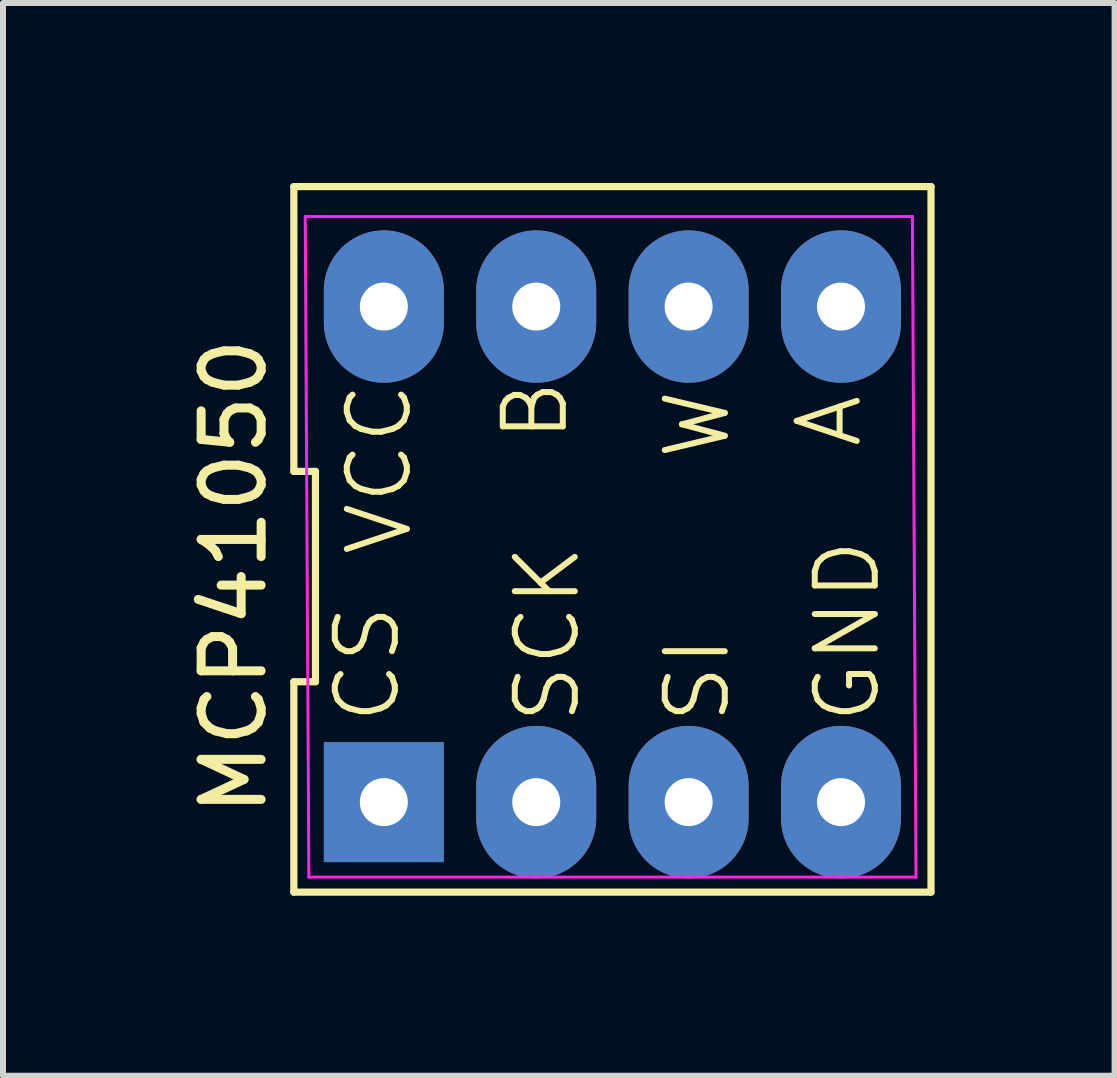
<source format=kicad_pcb>
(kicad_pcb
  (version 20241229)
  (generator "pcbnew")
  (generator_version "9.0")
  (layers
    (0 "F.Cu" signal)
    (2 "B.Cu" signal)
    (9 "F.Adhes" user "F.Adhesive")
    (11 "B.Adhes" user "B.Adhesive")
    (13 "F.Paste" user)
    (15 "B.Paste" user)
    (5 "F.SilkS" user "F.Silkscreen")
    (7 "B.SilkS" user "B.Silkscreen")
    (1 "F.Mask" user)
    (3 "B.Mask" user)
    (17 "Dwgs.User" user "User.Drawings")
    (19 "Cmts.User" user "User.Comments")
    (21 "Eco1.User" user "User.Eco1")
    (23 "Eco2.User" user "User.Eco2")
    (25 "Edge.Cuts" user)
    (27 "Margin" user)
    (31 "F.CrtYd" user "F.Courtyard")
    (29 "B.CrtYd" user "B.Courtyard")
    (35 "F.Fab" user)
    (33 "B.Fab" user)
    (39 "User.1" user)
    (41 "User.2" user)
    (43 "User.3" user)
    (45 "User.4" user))
  (footprint "MCP41050"
    (layer "F.Cu")
    (at 7.158 6.56)
    (property "Reference" "MCP41050" (at -6.31 0 90) (layer "F.SilkS") (effects (font (size 1 1) (thickness 0.15))))
    (attr through_hole)
    (fp_line (start -5.31 -6.5) (end -5.31 -1.753) (stroke (width 0.12) (type default)) (layer "F.SilkS"))
    (fp_line (start -5.31 -1.753) (end -4.95 -1.753) (stroke (width 0.12) (type default)) (layer "F.SilkS"))
    (fp_line (start -5.31 1.753) (end -5.31 5.26) (stroke (width 0.12) (type default)) (layer "F.SilkS"))
    (fp_line (start -5.31 5.26) (end 5.31 5.26) (stroke (width 0.12) (type default)) (layer "F.SilkS"))
    (fp_line (start -4.95 -1.753) (end -4.95 1.753) (stroke (width 0.12) (type default)) (layer "F.SilkS"))
    (fp_line (start -4.95 1.753) (end -5.31 1.753) (stroke (width 0.12) (type default)) (layer "F.SilkS"))
    (fp_line (start 5.31 -6.5) (end -5.31 -6.5) (stroke (width 0.12) (type default)) (layer "F.SilkS"))
    (fp_line (start 5.31 5.26) (end 5.31 -6.5) (stroke (width 0.12) (type default)) (layer "F.SilkS"))
    (fp_line (start -5.12 -6) (end 5 -6) (stroke (width 0.05) (type default)) (layer "F.CrtYd"))
    (fp_line (start -5.06 5.01) (end -5.12 -6) (stroke (width 0.05) (type default)) (layer "F.CrtYd"))
    (fp_line (start 5 -6) (end 5.06 5.01) (stroke (width 0.05) (type default)) (layer "F.CrtYd"))
    (fp_line (start 5.06 5.01) (end -5.06 5.01) (stroke (width 0.05) (type default)) (layer "F.CrtYd"))
    (fp_text user "SCK" (at -0.5 2.5 90) (unlocked yes) (layer "F.SilkS") (effects (font (size 1 1) (thickness 0.1)) (justify left bottom)))
    (fp_text user "B" (at -0.7 -2.2 90) (unlocked yes) (layer "F.SilkS") (effects (font (size 1 1) (thickness 0.1)) (justify left bottom)))
    (fp_text user "CS" (at -3.5 2.5 90) (unlocked yes) (layer "F.SilkS") (effects (font (size 1 1) (thickness 0.1)) (justify left bottom)))
    (fp_text user "SI" (at 2 2.5 90) (unlocked yes) (layer "F.SilkS") (effects (font (size 1 1) (thickness 0.1)) (justify left bottom)))
    (fp_text user "VCC" (at -3.3 -0.3 90) (unlocked yes) (layer "F.SilkS") (effects (font (size 1 1) (thickness 0.1)) (justify left bottom)))
    (fp_text user "A" (at 4.2 -2.1 90) (unlocked yes) (layer "F.SilkS") (effects (font (size 1 1) (thickness 0.1)) (justify left bottom)))
    (fp_text user "W" (at 2 -1.9 90) (unlocked yes) (layer "F.SilkS") (effects (font (size 1 1) (thickness 0.1)) (justify left bottom)))
    (fp_text user "GND" (at 4.5 2.5 90) (unlocked yes) (layer "F.SilkS") (effects (font (size 1 1) (thickness 0.1)) (justify left bottom)))
    (pad "1" thru_hole rect (at -3.81 3.76) (size 2 2) (drill 0.8) (layers "*.Cu" "*.Mask"))
    (pad "2" thru_hole oval (at -1.27 3.76) (size 2 2.54) (drill 0.8) (layers "*.Cu" "*.Mask"))
    (pad "3" thru_hole oval (at 1.27 3.76) (size 2 2.54) (drill 0.8) (layers "*.Cu" "*.Mask"))
    (pad "4" thru_hole oval (at 3.81 3.76) (size 2 2.54) (drill 0.8) (layers "*.Cu" "*.Mask"))
    (pad "5" thru_hole oval (at 3.81 -4.5) (size 2 2.54) (drill 0.8) (layers "*.Cu" "*.Mask"))
    (pad "6" thru_hole oval (at 1.27 -4.5) (size 2 2.54) (drill 0.8) (layers "*.Cu" "*.Mask"))
    (pad "7" thru_hole oval (at -1.27 -4.5) (size 2 2.54) (drill 0.8) (layers "*.Cu" "*.Mask"))
    (pad "8" thru_hole oval (at -3.81 -4.5) (size 2 2.54) (drill 0.8) (layers "*.Cu" "*.Mask")))
  (gr_rect
    (start -3 -3)
    (end 15.528 14.88)
    (stroke (width 0.1) (type default))
    (fill no)
    (layer "Edge.Cuts")))
</source>
